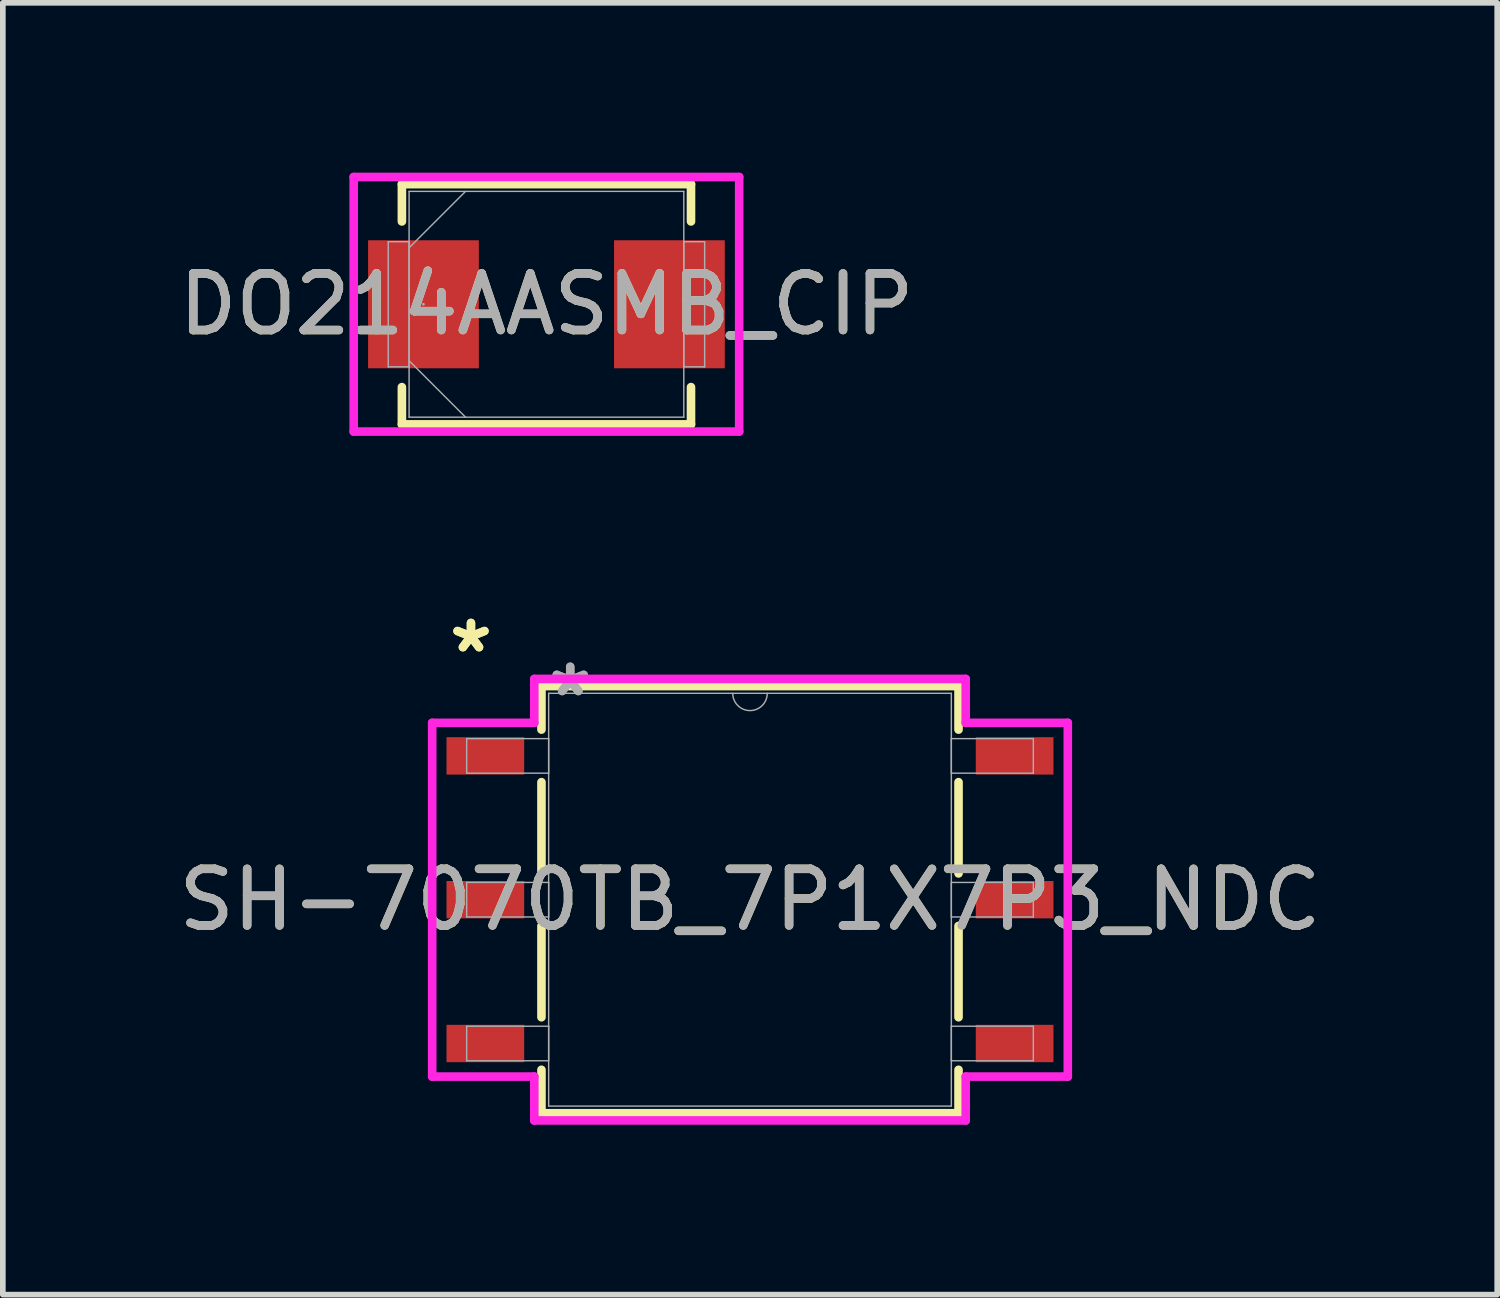
<source format=kicad_pcb>
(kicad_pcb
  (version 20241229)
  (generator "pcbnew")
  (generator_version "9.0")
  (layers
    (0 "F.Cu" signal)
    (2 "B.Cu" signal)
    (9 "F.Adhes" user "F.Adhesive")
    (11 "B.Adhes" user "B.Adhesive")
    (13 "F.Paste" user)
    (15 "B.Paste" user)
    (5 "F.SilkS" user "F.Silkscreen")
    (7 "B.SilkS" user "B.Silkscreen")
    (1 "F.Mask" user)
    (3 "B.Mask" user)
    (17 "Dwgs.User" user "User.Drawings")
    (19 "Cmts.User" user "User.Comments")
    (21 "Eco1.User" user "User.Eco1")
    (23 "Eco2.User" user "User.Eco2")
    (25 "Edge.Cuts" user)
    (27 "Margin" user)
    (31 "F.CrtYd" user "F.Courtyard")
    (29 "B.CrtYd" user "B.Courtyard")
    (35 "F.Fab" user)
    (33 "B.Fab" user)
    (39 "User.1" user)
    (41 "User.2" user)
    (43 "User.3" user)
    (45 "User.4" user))
  (footprint "SH-7070TB_7P1X7P3_NDC"
    (layer "F.Cu")
    (at 10.196 12.84)
    (property "Reference" "SH-7070TB_7P1X7P3_NDC" (at 0 0 0) (unlocked yes) (layer "F.SilkS") (effects (font (size 1 1) (thickness 0.15))))
    (attr smd)
    (fp_line (start -3.683 -3.772) (end -3.683 -3.004) (stroke (width 0.152) (type solid)) (layer "F.SilkS"))
    (fp_line (start -3.683 -2.076) (end -3.683 -0.464) (stroke (width 0.152) (type solid)) (layer "F.SilkS"))
    (fp_line (start -3.683 0.464) (end -3.683 2.076) (stroke (width 0.152) (type solid)) (layer "F.SilkS"))
    (fp_line (start -3.683 3.004) (end -3.683 3.772) (stroke (width 0.152) (type solid)) (layer "F.SilkS"))
    (fp_line (start -3.683 3.772) (end 3.683 3.772) (stroke (width 0.152) (type solid)) (layer "F.SilkS"))
    (fp_line (start 3.683 -3.772) (end -3.683 -3.772) (stroke (width 0.152) (type solid)) (layer "F.SilkS"))
    (fp_line (start 3.683 -3.004) (end 3.683 -3.772) (stroke (width 0.152) (type solid)) (layer "F.SilkS"))
    (fp_line (start 3.683 -0.464) (end 3.683 -2.076) (stroke (width 0.152) (type solid)) (layer "F.SilkS"))
    (fp_line (start 3.683 2.076) (end 3.683 0.464) (stroke (width 0.152) (type solid)) (layer "F.SilkS"))
    (fp_line (start 3.683 3.772) (end 3.683 3.004) (stroke (width 0.152) (type solid)) (layer "F.SilkS"))
    (fp_line (start -5.613 -3.124) (end -3.81 -3.124) (stroke (width 0.152) (type solid)) (layer "F.CrtYd"))
    (fp_line (start -5.613 3.124) (end -5.613 -3.124) (stroke (width 0.152) (type solid)) (layer "F.CrtYd"))
    (fp_line (start -5.613 3.124) (end -3.81 3.124) (stroke (width 0.152) (type solid)) (layer "F.CrtYd"))
    (fp_line (start -3.81 -3.899) (end 3.81 -3.899) (stroke (width 0.152) (type solid)) (layer "F.CrtYd"))
    (fp_line (start -3.81 -3.124) (end -3.81 -3.899) (stroke (width 0.152) (type solid)) (layer "F.CrtYd"))
    (fp_line (start -3.81 3.899) (end -3.81 3.124) (stroke (width 0.152) (type solid)) (layer "F.CrtYd"))
    (fp_line (start 3.81 -3.899) (end 3.81 -3.124) (stroke (width 0.152) (type solid)) (layer "F.CrtYd"))
    (fp_line (start 3.81 3.124) (end 3.81 3.899) (stroke (width 0.152) (type solid)) (layer "F.CrtYd"))
    (fp_line (start 3.81 3.899) (end -3.81 3.899) (stroke (width 0.152) (type solid)) (layer "F.CrtYd"))
    (fp_line (start 5.613 -3.124) (end 3.81 -3.124) (stroke (width 0.152) (type solid)) (layer "F.CrtYd"))
    (fp_line (start 5.613 -3.124) (end 5.613 3.124) (stroke (width 0.152) (type solid)) (layer "F.CrtYd"))
    (fp_line (start 5.613 3.124) (end 3.81 3.124) (stroke (width 0.152) (type solid)) (layer "F.CrtYd"))
    (fp_line (start -5.004 -2.845) (end -5.004 -2.235) (stroke (width 0.025) (type solid)) (layer "F.Fab"))
    (fp_line (start -5.004 -2.235) (end -3.556 -2.235) (stroke (width 0.025) (type solid)) (layer "F.Fab"))
    (fp_line (start -5.004 -0.305) (end -5.004 0.305) (stroke (width 0.025) (type solid)) (layer "F.Fab"))
    (fp_line (start -5.004 0.305) (end -3.556 0.305) (stroke (width 0.025) (type solid)) (layer "F.Fab"))
    (fp_line (start -5.004 2.235) (end -5.004 2.845) (stroke (width 0.025) (type solid)) (layer "F.Fab"))
    (fp_line (start -5.004 2.845) (end -3.556 2.845) (stroke (width 0.025) (type solid)) (layer "F.Fab"))
    (fp_line (start -3.556 -3.645) (end -3.556 3.645) (stroke (width 0.025) (type solid)) (layer "F.Fab"))
    (fp_line (start -3.556 -2.845) (end -5.004 -2.845) (stroke (width 0.025) (type solid)) (layer "F.Fab"))
    (fp_line (start -3.556 -2.235) (end -3.556 -2.845) (stroke (width 0.025) (type solid)) (layer "F.Fab"))
    (fp_line (start -3.556 -0.305) (end -5.004 -0.305) (stroke (width 0.025) (type solid)) (layer "F.Fab"))
    (fp_line (start -3.556 0.305) (end -3.556 -0.305) (stroke (width 0.025) (type solid)) (layer "F.Fab"))
    (fp_line (start -3.556 2.235) (end -5.004 2.235) (stroke (width 0.025) (type solid)) (layer "F.Fab"))
    (fp_line (start -3.556 2.845) (end -3.556 2.235) (stroke (width 0.025) (type solid)) (layer "F.Fab"))
    (fp_line (start -3.556 3.645) (end 3.556 3.645) (stroke (width 0.025) (type solid)) (layer "F.Fab"))
    (fp_line (start 3.556 -3.645) (end -3.556 -3.645) (stroke (width 0.025) (type solid)) (layer "F.Fab"))
    (fp_line (start 3.556 -2.845) (end 3.556 -2.235) (stroke (width 0.025) (type solid)) (layer "F.Fab"))
    (fp_line (start 3.556 -2.235) (end 5.004 -2.235) (stroke (width 0.025) (type solid)) (layer "F.Fab"))
    (fp_line (start 3.556 -0.305) (end 3.556 0.305) (stroke (width 0.025) (type solid)) (layer "F.Fab"))
    (fp_line (start 3.556 0.305) (end 5.004 0.305) (stroke (width 0.025) (type solid)) (layer "F.Fab"))
    (fp_line (start 3.556 2.235) (end 3.556 2.845) (stroke (width 0.025) (type solid)) (layer "F.Fab"))
    (fp_line (start 3.556 2.845) (end 5.004 2.845) (stroke (width 0.025) (type solid)) (layer "F.Fab"))
    (fp_line (start 3.556 3.645) (end 3.556 -3.645) (stroke (width 0.025) (type solid)) (layer "F.Fab"))
    (fp_line (start 5.004 -2.845) (end 3.556 -2.845) (stroke (width 0.025) (type solid)) (layer "F.Fab"))
    (fp_line (start 5.004 -2.235) (end 5.004 -2.845) (stroke (width 0.025) (type solid)) (layer "F.Fab"))
    (fp_line (start 5.004 -0.305) (end 3.556 -0.305) (stroke (width 0.025) (type solid)) (layer "F.Fab"))
    (fp_line (start 5.004 0.305) (end 5.004 -0.305) (stroke (width 0.025) (type solid)) (layer "F.Fab"))
    (fp_line (start 5.004 2.235) (end 3.556 2.235) (stroke (width 0.025) (type solid)) (layer "F.Fab"))
    (fp_line (start 5.004 2.845) (end 5.004 2.235) (stroke (width 0.025) (type solid)) (layer "F.Fab"))
    (fp_arc (start 0.3048 -3.6449) (mid 0 -3.3401) (end -0.3048 -3.6449) (stroke (width 0.0254) (type solid)) (layer "F.Fab"))
    (fp_text user "*" (at -4.928 -4.343 0) (layer "F.SilkS") (effects (font (size 1 1) (thickness 0.15))))
    (fp_text user "*" (at -4.928 -4.343 0) (unlocked yes) (layer "F.SilkS") (effects (font (size 1 1) (thickness 0.15))))
    (fp_text user "${REFERENCE}" (at 0 0 0) (unlocked yes) (layer "F.Fab") (effects (font (size 1 1) (thickness 0.15))))
    (fp_text user "*" (at -3.175 -3.569 0) (unlocked yes) (layer "F.Fab") (effects (font (size 1 1) (thickness 0.15))))
    (fp_text user "*" (at -3.175 -3.569 0) (layer "F.Fab") (effects (font (size 1 1) (thickness 0.15))))
    (pad "1" smd rect (at -4.674 -2.54) (size 1.372 0.66) (layers "F.Cu" "F.Mask" "F.Paste"))
    (pad "2" smd rect (at -4.674 0) (size 1.372 0.66) (layers "F.Cu" "F.Mask" "F.Paste"))
    (pad "3" smd rect (at -4.674 2.54) (size 1.372 0.66) (layers "F.Cu" "F.Mask" "F.Paste"))
    (pad "4" smd rect (at 4.674 2.54) (size 1.372 0.66) (layers "F.Cu" "F.Mask" "F.Paste"))
    (pad "5" smd rect (at 4.674 0) (size 1.372 0.66) (layers "F.Cu" "F.Mask" "F.Paste"))
    (pad "6" smd rect (at 4.674 -2.54) (size 1.372 0.66) (layers "F.Cu" "F.Mask" "F.Paste")))
  (footprint "DO214AASMB_CIP"
    (layer "F.Cu")
    (at 6.601 2.324)
    (property "Reference" "DO214AASMB_CIP" (at 0 0 0) (unlocked yes) (layer "F.SilkS") (effects (font (size 1 1) (thickness 0.15))))
    (attr smd)
    (fp_line (start -2.553 -2.121) (end -2.553 -1.463) (stroke (width 0.152) (type solid)) (layer "F.SilkS"))
    (fp_line (start -2.553 1.463) (end -2.553 2.121) (stroke (width 0.152) (type solid)) (layer "F.SilkS"))
    (fp_line (start -2.553 2.121) (end 2.553 2.121) (stroke (width 0.152) (type solid)) (layer "F.SilkS"))
    (fp_line (start 2.553 -2.121) (end -2.553 -2.121) (stroke (width 0.152) (type solid)) (layer "F.SilkS"))
    (fp_line (start 2.553 -1.463) (end 2.553 -2.121) (stroke (width 0.152) (type solid)) (layer "F.SilkS"))
    (fp_line (start 2.553 2.121) (end 2.553 1.463) (stroke (width 0.152) (type solid)) (layer "F.SilkS"))
    (fp_line (start -3.404 -2.248) (end 3.404 -2.248) (stroke (width 0.152) (type solid)) (layer "F.CrtYd"))
    (fp_line (start -3.404 2.248) (end -3.404 -2.248) (stroke (width 0.152) (type solid)) (layer "F.CrtYd"))
    (fp_line (start 3.404 -2.248) (end 3.404 2.248) (stroke (width 0.152) (type solid)) (layer "F.CrtYd"))
    (fp_line (start 3.404 2.248) (end -3.404 2.248) (stroke (width 0.152) (type solid)) (layer "F.CrtYd"))
    (fp_line (start -2.794 -1.105) (end -2.794 1.105) (stroke (width 0.025) (type solid)) (layer "F.Fab"))
    (fp_line (start -2.794 1.105) (end -2.426 1.105) (stroke (width 0.025) (type solid)) (layer "F.Fab"))
    (fp_line (start -2.426 -1.994) (end -2.426 1.994) (stroke (width 0.025) (type solid)) (layer "F.Fab"))
    (fp_line (start -2.426 -1.105) (end -2.794 -1.105) (stroke (width 0.025) (type solid)) (layer "F.Fab"))
    (fp_line (start -2.426 -0.997) (end -1.429 -1.994) (stroke (width 0.025) (type solid)) (layer "F.Fab"))
    (fp_line (start -2.426 0.997) (end -1.429 1.994) (stroke (width 0.025) (type solid)) (layer "F.Fab"))
    (fp_line (start -2.426 1.105) (end -2.426 -1.105) (stroke (width 0.025) (type solid)) (layer "F.Fab"))
    (fp_line (start -2.426 1.994) (end 2.426 1.994) (stroke (width 0.025) (type solid)) (layer "F.Fab"))
    (fp_line (start 2.426 -1.994) (end -2.426 -1.994) (stroke (width 0.025) (type solid)) (layer "F.Fab"))
    (fp_line (start 2.426 -1.105) (end 2.426 1.105) (stroke (width 0.025) (type solid)) (layer "F.Fab"))
    (fp_line (start 2.426 1.105) (end 2.794 1.105) (stroke (width 0.025) (type solid)) (layer "F.Fab"))
    (fp_line (start 2.426 1.994) (end 2.426 -1.994) (stroke (width 0.025) (type solid)) (layer "F.Fab"))
    (fp_line (start 2.794 -1.105) (end 2.426 -1.105) (stroke (width 0.025) (type solid)) (layer "F.Fab"))
    (fp_line (start 2.794 1.105) (end 2.794 -1.105) (stroke (width 0.025) (type solid)) (layer "F.Fab"))
    (fp_circle (center -2.172 0) (end -2.172 0) (stroke (width 0.025) (type solid)) (fill no) (layer "F.Fab"))
    (fp_text user "${REFERENCE}" (at 0 0 0) (unlocked yes) (layer "F.Fab") (effects (font (size 1 1) (thickness 0.15))))
    (pad "1" smd rect (at -2.172 0) (size 1.956 2.261) (layers "F.Cu" "F.Mask" "F.Paste"))
    (pad "2" smd rect (at 2.172 0) (size 1.956 2.261) (layers "F.Cu" "F.Mask" "F.Paste"))
    (zone (net_name "") (layer "F.Cu") (hatch full 0.508) (connect_pads) (min_thickness 0.254) (filled_areas_thickness no) (keepout (tracks not_allowed) (vias not_allowed) (pads allowed) (copperpour not_allowed) (footprints allowed)) (placement (enabled no)) (fill) (polygon (pts (xy 5.458 0.381) (xy 7.744 0.381) (xy 7.744 4.267) (xy 5.458 4.267)))))
  (gr_rect
    (start -3 -3)
    (end 23.393 19.815)
    (stroke (width 0.1) (type default))
    (fill no)
    (layer "Edge.Cuts")))
</source>
